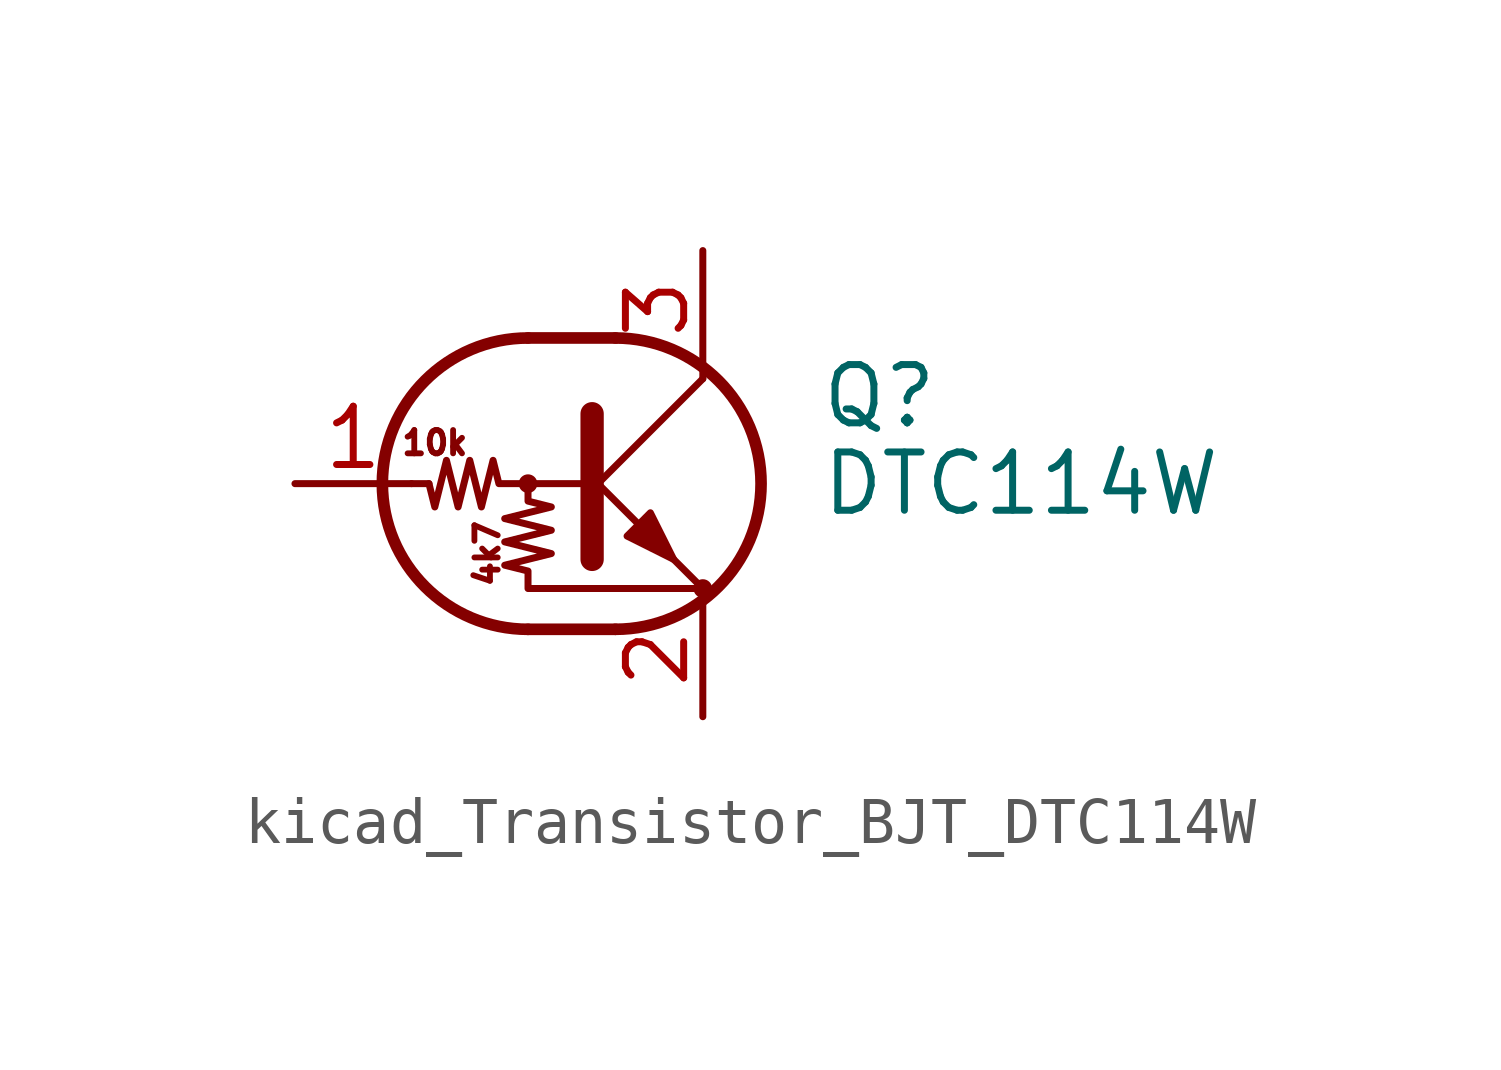
<source format=kicad_sym>
(kicad_symbol_lib
  (version 20220914)
  (generator kicad_symbol_editor)
  (symbol "kicad_Transistor_BJT_DTC114W"
    (pin_names
      (offset 0) hide)
    (property "Reference" "Q"
      (at 5.08 1.905 0)
      (effects (font (size 1.27 1.27)) (justify left)))
    (property "Value" "DTC114W"
      (at 5.08 0 0)
      (effects (font (size 1.27 1.27)) (justify left)))
    (symbol "kicad_Transistor_BJT_DTC114W_0_0"
      (text "10k" (at -3.302 0.889 0) (effects (font (size 0.508 0.508))))
      (text "4k7" (at -2.159 -1.524 900) (effects (font (size 0.508 0.508)))))
    (symbol "kicad_Transistor_BJT_DTC114W_0_1"
      (circle (center -1.27 0) (radius 0.127) (stroke (width 0) (type default)) (fill (type none)))
      (arc (start -1.27 3.175) (mid -4.4312 0) (end -1.27 -3.175) (stroke (width 0.254) (type default)) (fill (type none)))
      (polyline (pts (xy -3.429 0) (xy -3.81 0)) (stroke (width 0) (type default)) (fill (type none)))
      (polyline (pts (xy -1.27 -3.175) (xy 0.635 -3.175)) (stroke (width 0.254) (type default)) (fill (type none)))
      (polyline (pts (xy -1.27 3.175) (xy 0.635 3.175)) (stroke (width 0.254) (type default)) (fill (type none)))
      (polyline (pts (xy 0 -0.254) (xy 2.54 2.286)) (stroke (width 0) (type default)) (fill (type none)))
      (polyline (pts (xy 0.127 1.524) (xy 0.127 -1.651)) (stroke (width 0.508) (type default)) (fill (type outline)))
      (polyline (pts (xy 2.54 2.286) (xy 2.54 2.54)) (stroke (width 0) (type default)) (fill (type none)))
      (polyline (pts (xy 2.54 -2.286) (xy 0 0.254) (xy 0 0.254)) (stroke (width 0) (type default)) (fill (type none)))
      (polyline (pts (xy 0.889 -1.143) (xy 1.397 -0.635) (xy 1.905 -1.651) (xy 0.889 -1.143)) (stroke (width 0) (type default)) (fill (type outline)))
      (polyline (pts (xy 0 0) (xy -1.905 0) (xy -2.032 0.508) (xy -2.286 -0.508) (xy -2.54 0.508) (xy -2.794 -0.508) (xy -3.048 0.508) (xy -3.302 -0.508) (xy -3.429 0)) (stroke (width 0) (type default)) (fill (type none)))
      (polyline (pts (xy -1.27 0) (xy -1.27 -0.381) (xy -0.762 -0.508) (xy -1.778 -0.762) (xy -0.762 -1.016) (xy -1.778 -1.27) (xy -0.762 -1.524) (xy -1.778 -1.778) (xy -1.27 -1.905) (xy -1.27 -2.286) (xy 2.54 -2.286)) (stroke (width 0) (type default)) (fill (type none)))
      (arc (start 0.635 -3.175) (mid 3.7962 0) (end 0.635 3.175) (stroke (width 0.254) (type default)) (fill (type none)))
      (circle (center 2.54 -2.286) (radius 0.127) (stroke (width 0) (type default)) (fill (type none))))
    (symbol "kicad_Transistor_BJT_DTC114W_1_1"
      (pin input line (at -6.35 0 0) (length 2.54) (name "B" (effects (font (size 1.27 1.27)))) (number "1" (effects (font (size 1.27 1.27)))))
      (pin passive line (at 2.54 -5.08 90) (length 2.54) (name "E" (effects (font (size 1.27 1.27)))) (number "2" (effects (font (size 1.27 1.27)))))
      (pin passive line (at 2.54 5.08 270) (length 2.54) (name "C" (effects (font (size 1.27 1.27)))) (number "3" (effects (font (size 1.27 1.27))))))))
</source>
